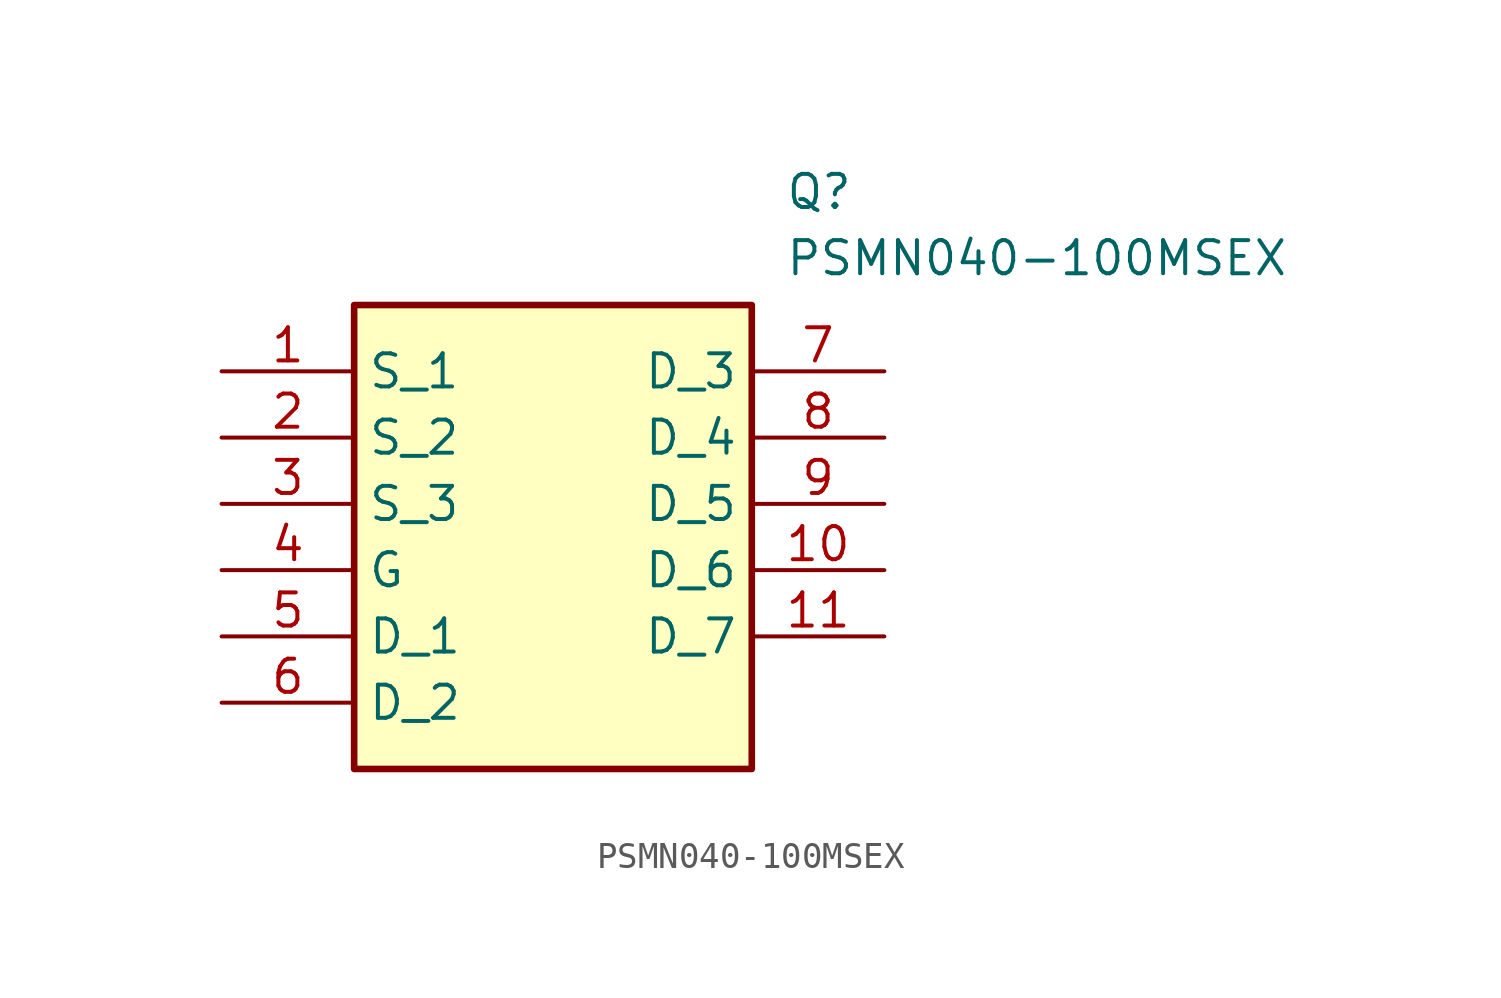
<source format=kicad_sym>
(kicad_symbol_lib
  (version 20211014)
  (generator SamacSys_ECAD_Model)
  (symbol "PSMN040-100MSEX"
    (property "Reference" "Q"
      (at 21.59 7.62 0)
      (effects (font (size 1.27 1.27)) (justify left top)))
    (property "Value" "PSMN040-100MSEX"
      (at 21.59 5.08 0)
      (effects (font (size 1.27 1.27)) (justify left top)))
    (rectangle
      (start 5.08 2.54)
      (end 20.32 -15.24)
      (stroke (width 0.254) (type default))
      (fill (type background)))
    (pin passive line
      (at 0 0 0)
      (length 5.08)
      (name "S_1" (effects (font (size 1.27 1.27))))
      (number "1" (effects (font (size 1.27 1.27)))))
    (pin passive line
      (at 0 -2.54 0)
      (length 5.08)
      (name "S_2" (effects (font (size 1.27 1.27))))
      (number "2" (effects (font (size 1.27 1.27)))))
    (pin passive line
      (at 0 -5.08 0)
      (length 5.08)
      (name "S_3" (effects (font (size 1.27 1.27))))
      (number "3" (effects (font (size 1.27 1.27)))))
    (pin passive line
      (at 0 -7.62 0)
      (length 5.08)
      (name "G" (effects (font (size 1.27 1.27))))
      (number "4" (effects (font (size 1.27 1.27)))))
    (pin passive line
      (at 0 -10.16 0)
      (length 5.08)
      (name "D_1" (effects (font (size 1.27 1.27))))
      (number "5" (effects (font (size 1.27 1.27)))))
    (pin passive line
      (at 0 -12.7 0)
      (length 5.08)
      (name "D_2" (effects (font (size 1.27 1.27))))
      (number "6" (effects (font (size 1.27 1.27)))))
    (pin passive line
      (at 25.4 0 180)
      (length 5.08)
      (name "D_3" (effects (font (size 1.27 1.27))))
      (number "7" (effects (font (size 1.27 1.27)))))
    (pin passive line
      (at 25.4 -2.54 180)
      (length 5.08)
      (name "D_4" (effects (font (size 1.27 1.27))))
      (number "8" (effects (font (size 1.27 1.27)))))
    (pin passive line
      (at 25.4 -5.08 180)
      (length 5.08)
      (name "D_5" (effects (font (size 1.27 1.27))))
      (number "9" (effects (font (size 1.27 1.27)))))
    (pin passive line
      (at 25.4 -7.62 180)
      (length 5.08)
      (name "D_6" (effects (font (size 1.27 1.27))))
      (number "10" (effects (font (size 1.27 1.27)))))
    (pin passive line
      (at 25.4 -10.16 180)
      (length 5.08)
      (name "D_7" (effects (font (size 1.27 1.27))))
      (number "11" (effects (font (size 1.27 1.27)))))))
</source>
